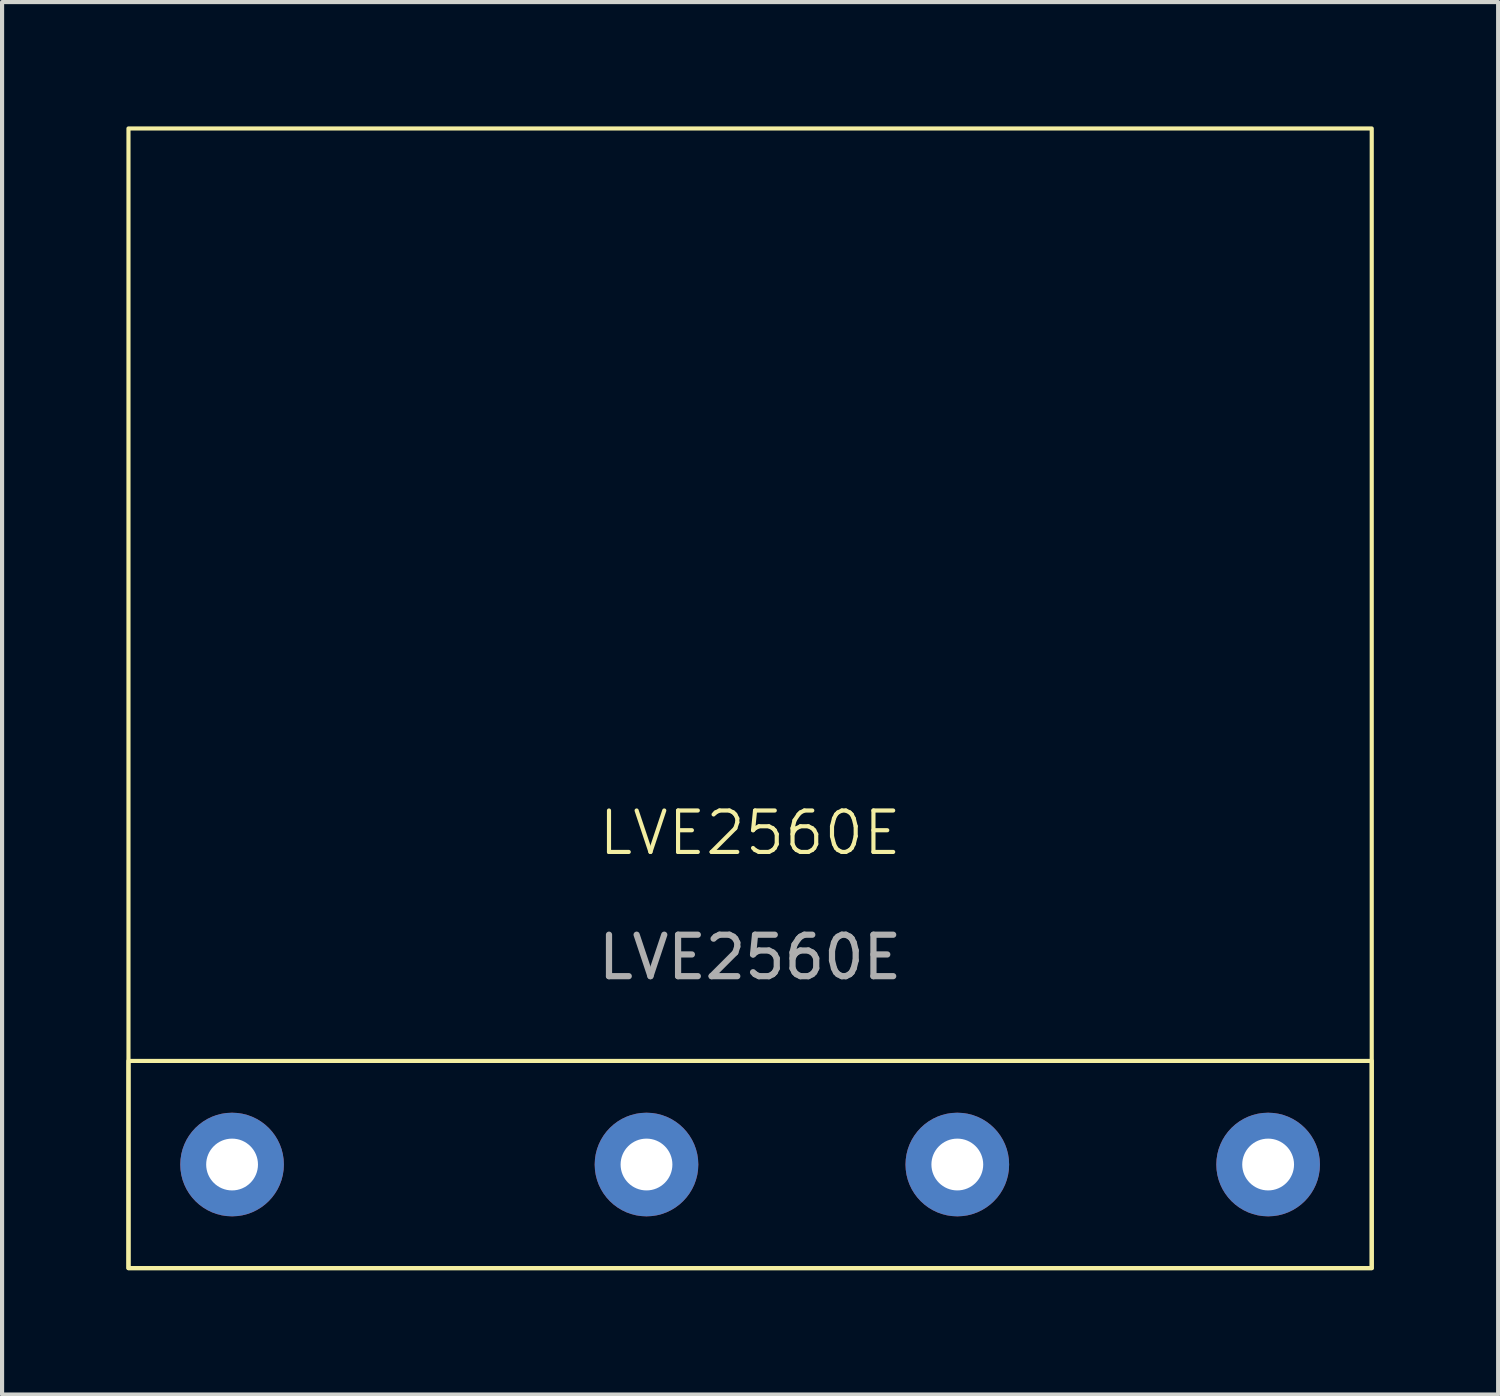
<source format=kicad_pcb>
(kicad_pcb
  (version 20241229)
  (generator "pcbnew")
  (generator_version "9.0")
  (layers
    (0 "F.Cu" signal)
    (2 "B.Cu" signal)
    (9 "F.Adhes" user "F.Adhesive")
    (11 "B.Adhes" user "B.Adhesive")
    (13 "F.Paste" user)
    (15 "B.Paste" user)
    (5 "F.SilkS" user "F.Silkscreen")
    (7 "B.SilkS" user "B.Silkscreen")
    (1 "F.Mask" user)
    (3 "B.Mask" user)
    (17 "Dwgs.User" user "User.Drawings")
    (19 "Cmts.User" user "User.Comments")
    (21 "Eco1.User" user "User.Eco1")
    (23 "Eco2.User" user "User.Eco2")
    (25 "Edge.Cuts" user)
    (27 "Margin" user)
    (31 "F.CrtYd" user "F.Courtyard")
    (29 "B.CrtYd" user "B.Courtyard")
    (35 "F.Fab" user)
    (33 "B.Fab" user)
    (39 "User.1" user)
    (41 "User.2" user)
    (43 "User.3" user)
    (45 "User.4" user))
  (footprint "LVE2560E"
    (layer "F.Cu")
    (at 2.55 25.05)
    (property "Reference" "LVE2560E" (at 12.5 -8 0) (unlocked yes) (layer "F.SilkS") (effects (font (size 1 1) (thickness 0.1))))
    (attr through_hole)
    (fp_rect (start -2.5 -25) (end 27.5 2.5) (stroke (width 0.1) (type default)) (fill no) (layer "F.SilkS"))
    (fp_rect (start -2.5 -2.5) (end 27.5 2.5) (stroke (width 0.1) (type default)) (fill no) (layer "F.SilkS"))
    (fp_text user "${REFERENCE}" (at 12.5 -5 0) (unlocked yes) (layer "F.Fab") (effects (font (size 1 1) (thickness 0.15))))
    (pad "1" thru_hole circle (at 0 0) (size 2.5 2.5) (drill 1.25) (layers "*.Cu" "*.Mask"))
    (pad "2" thru_hole circle (at 10 0) (size 2.5 2.5) (drill 1.25) (layers "*.Cu" "*.Mask"))
    (pad "3" thru_hole circle (at 17.5 0) (size 2.5 2.5) (drill 1.25) (layers "*.Cu" "*.Mask"))
    (pad "4" thru_hole circle (at 25 0) (size 2.5 2.5) (drill 1.25) (layers "*.Cu" "*.Mask")))
  (gr_rect
    (start -3 -3)
    (end 33.1 30.6)
    (stroke (width 0.1) (type default))
    (fill no)
    (layer "Edge.Cuts")))
</source>
